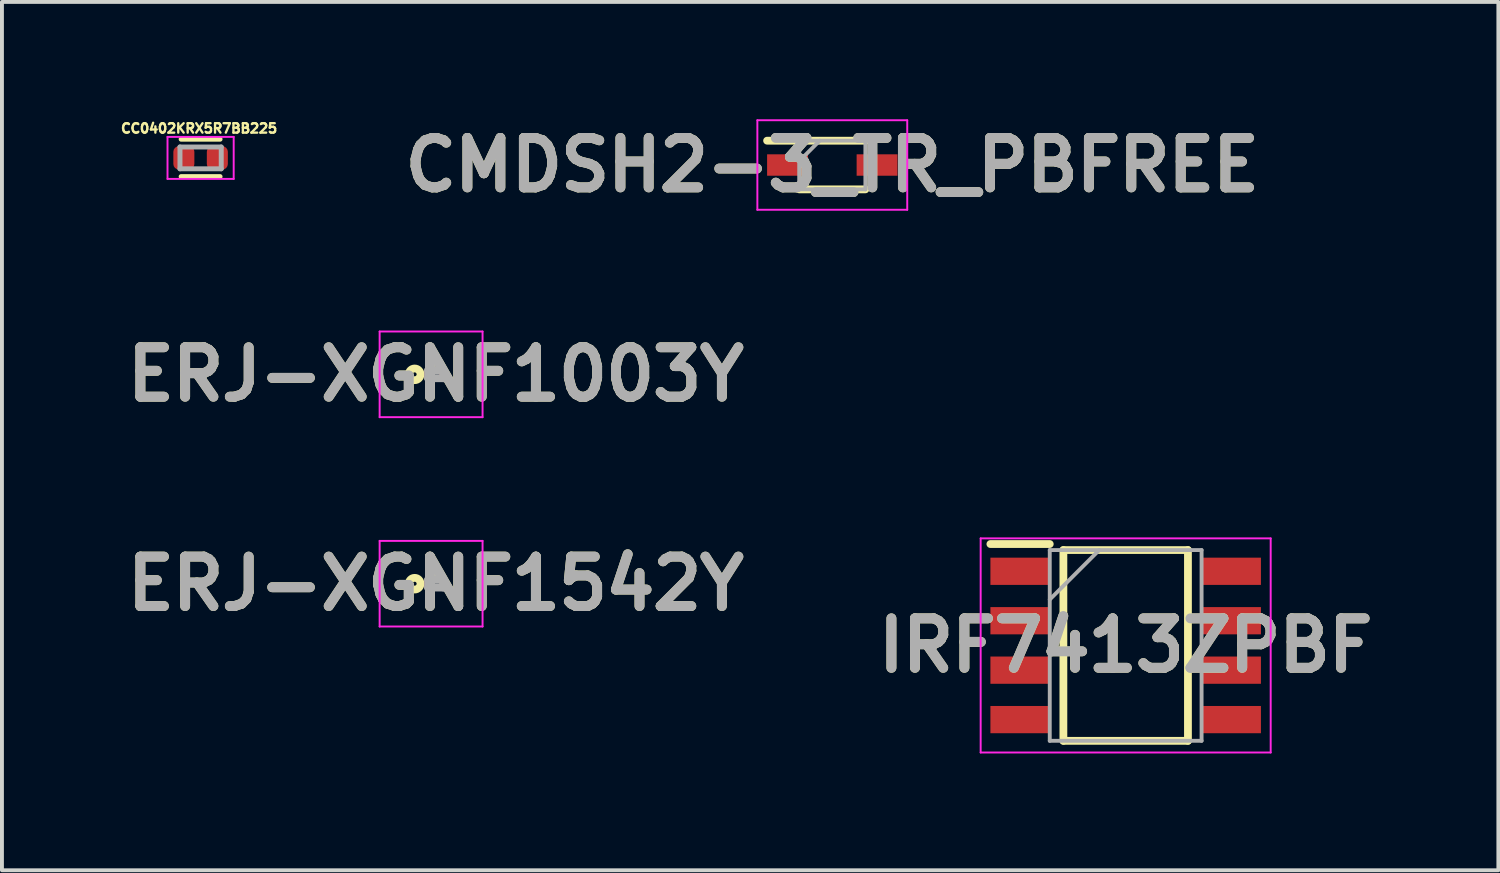
<source format=kicad_pcb>
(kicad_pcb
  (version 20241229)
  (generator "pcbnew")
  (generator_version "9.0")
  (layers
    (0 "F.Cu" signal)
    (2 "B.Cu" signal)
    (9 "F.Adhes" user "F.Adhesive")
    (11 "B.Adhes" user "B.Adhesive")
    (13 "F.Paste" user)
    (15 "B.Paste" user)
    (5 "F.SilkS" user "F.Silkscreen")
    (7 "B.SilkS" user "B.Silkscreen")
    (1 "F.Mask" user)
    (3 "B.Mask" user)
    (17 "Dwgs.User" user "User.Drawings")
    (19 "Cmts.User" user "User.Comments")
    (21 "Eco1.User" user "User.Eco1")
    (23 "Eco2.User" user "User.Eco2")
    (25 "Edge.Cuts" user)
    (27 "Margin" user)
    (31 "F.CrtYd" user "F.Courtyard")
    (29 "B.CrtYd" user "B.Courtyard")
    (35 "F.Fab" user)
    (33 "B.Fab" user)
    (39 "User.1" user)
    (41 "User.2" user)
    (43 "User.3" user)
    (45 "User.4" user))
  (footprint "CMDSH2-3_TR_PBFREE"
    (layer "F.Cu")
    (at 18.33 1.189)
    (property "Reference" "CMDSH2-3_TR_PBFREE" (at 0 0 0) (layer "F.SilkS") (effects (font (size 1.27 1.27) (thickness 0.254))))
    (attr smd)
    (fp_line (start -1.675 -0.625) (end 0.85 -0.625) (stroke (width 0.2) (type solid)) (layer "F.SilkS"))
    (fp_line (start -0.85 0.625) (end 0.85 0.625) (stroke (width 0.2) (type solid)) (layer "F.SilkS"))
    (fp_line (start -1.925 -1.15) (end 1.925 -1.15) (stroke (width 0.05) (type solid)) (layer "F.CrtYd"))
    (fp_line (start -1.925 1.15) (end -1.925 -1.15) (stroke (width 0.05) (type solid)) (layer "F.CrtYd"))
    (fp_line (start 1.925 -1.15) (end 1.925 1.15) (stroke (width 0.05) (type solid)) (layer "F.CrtYd"))
    (fp_line (start 1.925 1.15) (end -1.925 1.15) (stroke (width 0.05) (type solid)) (layer "F.CrtYd"))
    (fp_line (start -0.85 -0.625) (end 0.85 -0.625) (stroke (width 0.1) (type solid)) (layer "F.Fab"))
    (fp_line (start -0.85 -0.1) (end -0.325 -0.625) (stroke (width 0.1) (type solid)) (layer "F.Fab"))
    (fp_line (start -0.85 0.625) (end -0.85 -0.625) (stroke (width 0.1) (type solid)) (layer "F.Fab"))
    (fp_line (start 0.85 -0.625) (end 0.85 0.625) (stroke (width 0.1) (type solid)) (layer "F.Fab"))
    (fp_line (start 0.85 0.625) (end -0.85 0.625) (stroke (width 0.1) (type solid)) (layer "F.Fab"))
    (fp_text user "${REFERENCE}" (at 0 0 0) (layer "F.Fab") (effects (font (size 1.27 1.27) (thickness 0.254))))
    (pad "1" smd rect (at -1.15 0 90) (size 0.55 1.05) (layers "F.Cu" "F.Mask" "F.Paste"))
    (pad "2" smd rect (at 1.15 0 90) (size 0.55 1.05) (layers "F.Cu" "F.Mask" "F.Paste")))
  (footprint "IRF7413ZPBF"
    (layer "F.Cu")
    (at 25.866 13.53)
    (property "Reference" "IRF7413ZPBF" (at 0 0 0) (layer "F.SilkS") (effects (font (size 1.27 1.27) (thickness 0.254))))
    (attr smd)
    (fp_line (start -3.475 -2.605) (end -1.95 -2.605) (stroke (width 0.2) (type solid)) (layer "F.SilkS"))
    (fp_line (start -1.6 -2.45) (end 1.6 -2.45) (stroke (width 0.2) (type solid)) (layer "F.SilkS"))
    (fp_line (start -1.6 2.45) (end -1.6 -2.45) (stroke (width 0.2) (type solid)) (layer "F.SilkS"))
    (fp_line (start 1.6 -2.45) (end 1.6 2.45) (stroke (width 0.2) (type solid)) (layer "F.SilkS"))
    (fp_line (start 1.6 2.45) (end -1.6 2.45) (stroke (width 0.2) (type solid)) (layer "F.SilkS"))
    (fp_line (start -3.725 -2.75) (end 3.725 -2.75) (stroke (width 0.05) (type solid)) (layer "F.CrtYd"))
    (fp_line (start -3.725 2.75) (end -3.725 -2.75) (stroke (width 0.05) (type solid)) (layer "F.CrtYd"))
    (fp_line (start 3.725 -2.75) (end 3.725 2.75) (stroke (width 0.05) (type solid)) (layer "F.CrtYd"))
    (fp_line (start 3.725 2.75) (end -3.725 2.75) (stroke (width 0.05) (type solid)) (layer "F.CrtYd"))
    (fp_line (start -1.95 -2.45) (end 1.95 -2.45) (stroke (width 0.1) (type solid)) (layer "F.Fab"))
    (fp_line (start -1.95 -1.18) (end -0.68 -2.45) (stroke (width 0.1) (type solid)) (layer "F.Fab"))
    (fp_line (start -1.95 2.45) (end -1.95 -2.45) (stroke (width 0.1) (type solid)) (layer "F.Fab"))
    (fp_line (start 1.95 -2.45) (end 1.95 2.45) (stroke (width 0.1) (type solid)) (layer "F.Fab"))
    (fp_line (start 1.95 2.45) (end -1.95 2.45) (stroke (width 0.1) (type solid)) (layer "F.Fab"))
    (fp_text user "${REFERENCE}" (at 0 0 0) (layer "F.Fab") (effects (font (size 1.27 1.27) (thickness 0.254))))
    (pad "1" smd rect (at -2.712 -1.905 90) (size 0.7 1.525) (layers "F.Cu" "F.Mask" "F.Paste"))
    (pad "2" smd rect (at -2.712 -0.635 90) (size 0.7 1.525) (layers "F.Cu" "F.Mask" "F.Paste"))
    (pad "3" smd rect (at -2.712 0.635 90) (size 0.7 1.525) (layers "F.Cu" "F.Mask" "F.Paste"))
    (pad "4" smd rect (at -2.712 1.905 90) (size 0.7 1.525) (layers "F.Cu" "F.Mask" "F.Paste"))
    (pad "5" smd rect (at 2.712 1.905 90) (size 0.7 1.525) (layers "F.Cu" "F.Mask" "F.Paste"))
    (pad "6" smd rect (at 2.712 0.635 90) (size 0.7 1.525) (layers "F.Cu" "F.Mask" "F.Paste"))
    (pad "7" smd rect (at 2.712 -0.635 90) (size 0.7 1.525) (layers "F.Cu" "F.Mask" "F.Paste"))
    (pad "8" smd rect (at 2.712 -1.905 90) (size 0.7 1.525) (layers "F.Cu" "F.Mask" "F.Paste")))
  (footprint "ERJ-XGNF1003Y"
    (layer "F.Cu")
    (at 8.146 6.566)
    (property "Reference" "ERJ-XGNF1003Y" (at 0 0 0) (layer "F.SilkS") (effects (font (size 1.27 1.27) (thickness 0.254))))
    (attr smd)
    (fp_circle (center -0.544 0) (end -0.544 0.05) (stroke (width 0.2) (type solid)) (fill no) (layer "F.SilkS"))
    (fp_line (start -1.444 -1.1) (end 1.2 -1.1) (stroke (width 0.05) (type solid)) (layer "F.CrtYd"))
    (fp_line (start -1.444 1.1) (end -1.444 -1.1) (stroke (width 0.05) (type solid)) (layer "F.CrtYd"))
    (fp_line (start 1.2 -1.1) (end 1.2 1.1) (stroke (width 0.05) (type solid)) (layer "F.CrtYd"))
    (fp_line (start 1.2 1.1) (end -1.444 1.1) (stroke (width 0.05) (type solid)) (layer "F.CrtYd"))
    (fp_line (start -0.2 -0.1) (end 0.2 -0.1) (stroke (width 0.2) (type solid)) (layer "F.Fab"))
    (fp_line (start -0.2 0.1) (end -0.2 -0.1) (stroke (width 0.2) (type solid)) (layer "F.Fab"))
    (fp_line (start 0.2 -0.1) (end 0.2 0.1) (stroke (width 0.2) (type solid)) (layer "F.Fab"))
    (fp_line (start 0.2 0.1) (end -0.2 0.1) (stroke (width 0.2) (type solid)) (layer "F.Fab"))
    (fp_text user "${REFERENCE}" (at 0 0 0) (layer "F.Fab") (effects (font (size 1.27 1.27) (thickness 0.254))))
    (pad "1" smd rect (at -0.194 0) (size 0.213 0.225) (layers "F.Cu" "F.Mask" "F.Paste"))
    (pad "2" smd rect (at 0.194 0) (size 0.213 0.225) (layers "F.Cu" "F.Mask" "F.Paste")))
  (footprint "CC0402KRX5R7BB225"
    (layer "F.Cu")
    (at 2.103 1.006)
    (property "Reference" "CC0402KRX5R7BB225" (at -0.038 -0.758 0) (layer "F.SilkS") (effects (font (size 0.242 0.242) (thickness 0.15))))
    (attr smd)
    (fp_line (start -0.5 0.48) (end 0.5 0.48) (stroke (width 0.127) (type solid)) (layer "F.SilkS"))
    (fp_line (start 0.5 -0.48) (end -0.5 -0.48) (stroke (width 0.127) (type solid)) (layer "F.SilkS"))
    (fp_line (start -0.85 -0.54) (end -0.85 0.54) (stroke (width 0.05) (type solid)) (layer "F.CrtYd"))
    (fp_line (start -0.85 0.54) (end 0.85 0.54) (stroke (width 0.05) (type solid)) (layer "F.CrtYd"))
    (fp_line (start 0.85 -0.54) (end -0.85 -0.54) (stroke (width 0.05) (type solid)) (layer "F.CrtYd"))
    (fp_line (start 0.85 0.54) (end 0.85 -0.54) (stroke (width 0.05) (type solid)) (layer "F.CrtYd"))
    (fp_line (start -0.53 -0.28) (end -0.53 0.28) (stroke (width 0.127) (type solid)) (layer "F.Fab"))
    (fp_line (start -0.53 0.28) (end 0.53 0.28) (stroke (width 0.127) (type solid)) (layer "F.Fab"))
    (fp_line (start 0.53 -0.28) (end -0.53 -0.28) (stroke (width 0.127) (type solid)) (layer "F.Fab"))
    (fp_line (start 0.53 0.28) (end 0.53 -0.28) (stroke (width 0.127) (type solid)) (layer "F.Fab"))
    (pad "1" smd roundrect (at -0.43 0) (size 0.54 0.6) (layers "F.Cu" "F.Mask" "F.Paste") (roundrect_rratio 0.265))
    (pad "2" smd roundrect (at 0.43 0) (size 0.54 0.6) (layers "F.Cu" "F.Mask" "F.Paste") (roundrect_rratio 0.265)))
  (footprint "ERJ-XGNF1542Y"
    (layer "F.Cu")
    (at 8.146 11.944)
    (property "Reference" "ERJ-XGNF1542Y" (at 0 0 0) (layer "F.SilkS") (effects (font (size 1.27 1.27) (thickness 0.254))))
    (attr smd)
    (fp_circle (center -0.544 0) (end -0.544 0.05) (stroke (width 0.2) (type solid)) (fill no) (layer "F.SilkS"))
    (fp_line (start -1.444 -1.1) (end 1.2 -1.1) (stroke (width 0.05) (type solid)) (layer "F.CrtYd"))
    (fp_line (start -1.444 1.1) (end -1.444 -1.1) (stroke (width 0.05) (type solid)) (layer "F.CrtYd"))
    (fp_line (start 1.2 -1.1) (end 1.2 1.1) (stroke (width 0.05) (type solid)) (layer "F.CrtYd"))
    (fp_line (start 1.2 1.1) (end -1.444 1.1) (stroke (width 0.05) (type solid)) (layer "F.CrtYd"))
    (fp_line (start -0.2 -0.1) (end 0.2 -0.1) (stroke (width 0.2) (type solid)) (layer "F.Fab"))
    (fp_line (start -0.2 0.1) (end -0.2 -0.1) (stroke (width 0.2) (type solid)) (layer "F.Fab"))
    (fp_line (start 0.2 -0.1) (end 0.2 0.1) (stroke (width 0.2) (type solid)) (layer "F.Fab"))
    (fp_line (start 0.2 0.1) (end -0.2 0.1) (stroke (width 0.2) (type solid)) (layer "F.Fab"))
    (fp_text user "${REFERENCE}" (at 0 0 0) (layer "F.Fab") (effects (font (size 1.27 1.27) (thickness 0.254))))
    (pad "1" smd rect (at -0.194 0) (size 0.213 0.225) (layers "F.Cu" "F.Mask" "F.Paste"))
    (pad "2" smd rect (at 0.194 0) (size 0.213 0.225) (layers "F.Cu" "F.Mask" "F.Paste")))
  (gr_rect
    (start -3 -3)
    (end 35.44 19.305)
    (stroke (width 0.1) (type default))
    (fill no)
    (layer "Edge.Cuts")))
</source>
